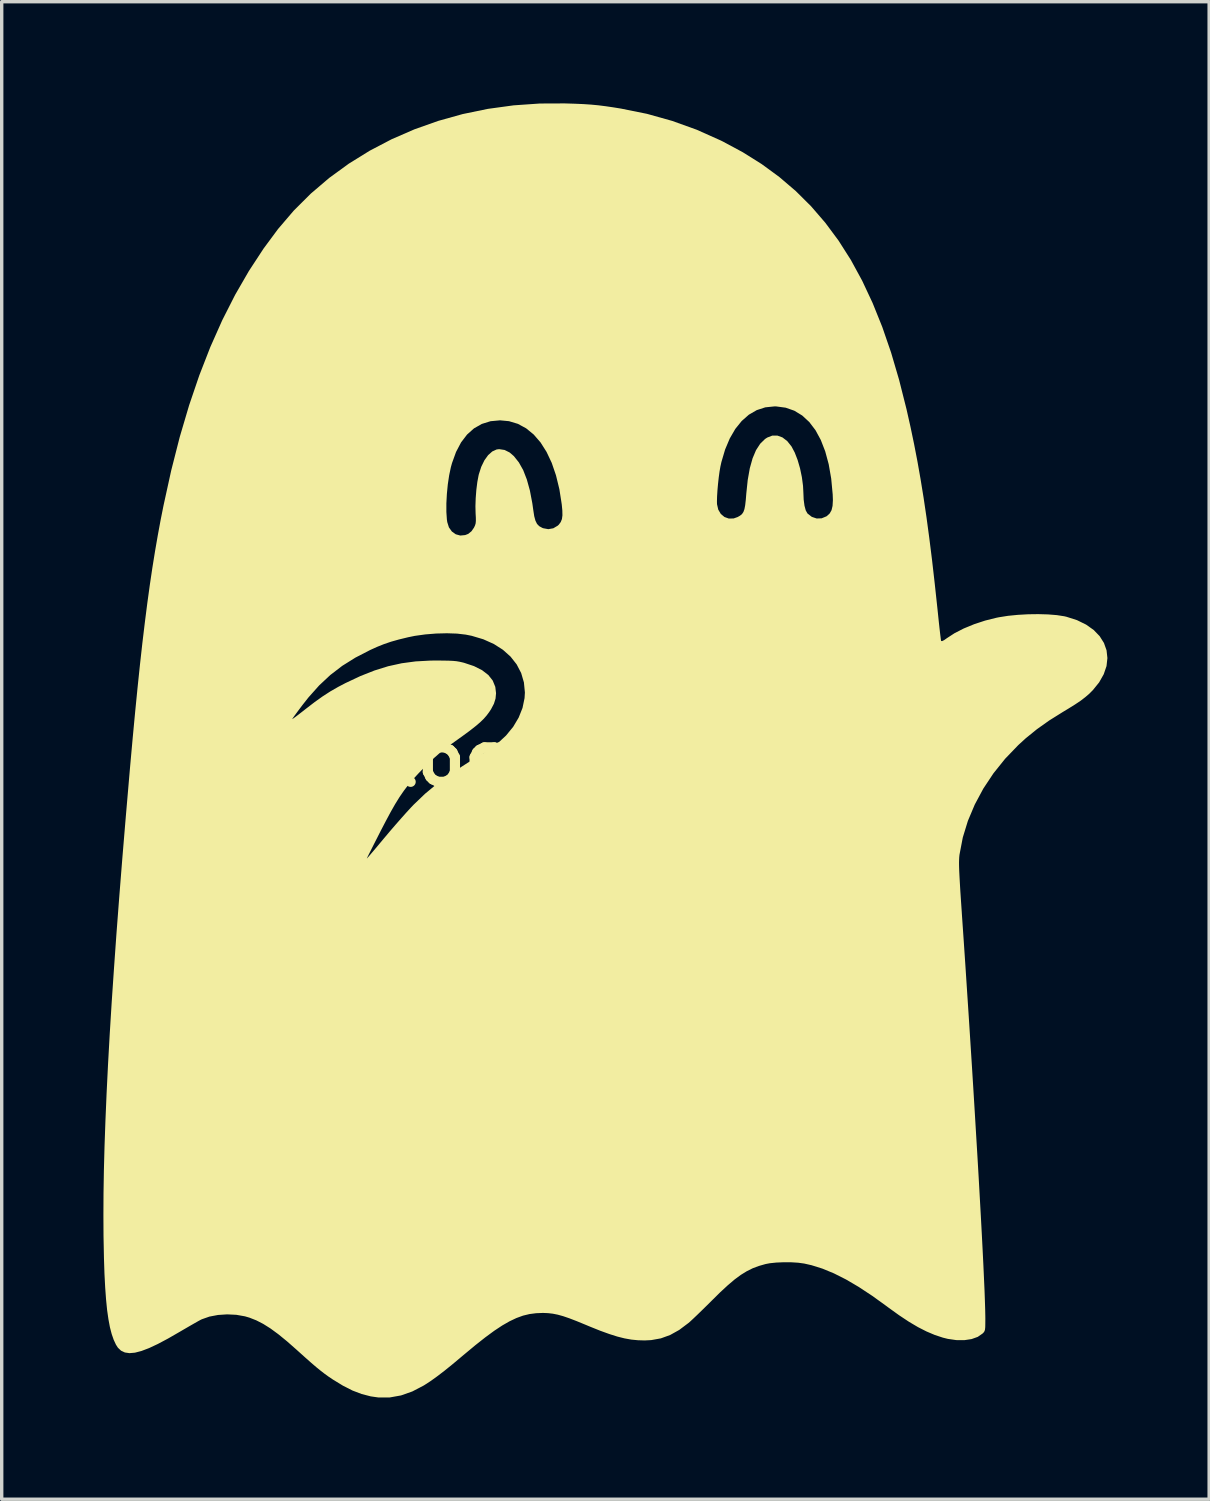
<source format=kicad_pcb>
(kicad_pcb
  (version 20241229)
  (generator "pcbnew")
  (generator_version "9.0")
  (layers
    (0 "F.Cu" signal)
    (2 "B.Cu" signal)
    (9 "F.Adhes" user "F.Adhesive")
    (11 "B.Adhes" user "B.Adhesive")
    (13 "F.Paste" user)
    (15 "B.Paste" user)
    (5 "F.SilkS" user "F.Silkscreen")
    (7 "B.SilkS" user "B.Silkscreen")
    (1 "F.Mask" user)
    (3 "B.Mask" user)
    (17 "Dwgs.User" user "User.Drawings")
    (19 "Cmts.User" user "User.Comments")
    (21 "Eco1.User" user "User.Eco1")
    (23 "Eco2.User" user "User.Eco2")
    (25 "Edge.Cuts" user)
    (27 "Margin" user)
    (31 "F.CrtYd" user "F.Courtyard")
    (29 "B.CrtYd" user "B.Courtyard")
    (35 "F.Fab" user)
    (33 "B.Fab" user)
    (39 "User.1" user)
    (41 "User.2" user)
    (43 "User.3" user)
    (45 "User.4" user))
  (footprint "logo 30mm"
    (layer "F.Cu")
    (at 15.012 19.319)
    (property "Reference" "logo 30mm" (at 0 0 0) (layer "F.SilkS") (effects (font (size 1.524 1.524) (thickness 0.3))))
    (attr board_only exclude_from_pos_files exclude_from_bom)
    (fp_poly (pts (xy -1.111 -19.31) (xy -0.858 -19.299) (xy -0.633 -19.284) (xy -0.421 -19.264) (xy -0.206 -19.237) (xy 0.027 -19.203) (xy 0.255 -19.166) (xy 1.022 -19.011) (xy 1.764 -18.803) (xy 2.486 -18.543) (xy 3.193 -18.227) (xy 3.256 -18.196) (xy 3.847 -17.878) (xy 4.402 -17.53) (xy 4.922 -17.149) (xy 5.407 -16.735) (xy 5.859 -16.286) (xy 6.28 -15.798) (xy 6.671 -15.271) (xy 7.033 -14.702) (xy 7.367 -14.089) (xy 7.675 -13.431) (xy 7.959 -12.726) (xy 8.219 -11.971) (xy 8.456 -11.164) (xy 8.673 -10.305) (xy 8.679 -10.278) (xy 8.792 -9.777) (xy 8.897 -9.274) (xy 8.996 -8.762) (xy 9.089 -8.235) (xy 9.178 -7.688) (xy 9.263 -7.114) (xy 9.345 -6.507) (xy 9.426 -5.861) (xy 9.505 -5.17) (xy 9.585 -4.428) (xy 9.605 -4.238) (xy 9.626 -4.036) (xy 9.646 -3.852) (xy 9.664 -3.694) (xy 9.679 -3.572) (xy 9.689 -3.493) (xy 9.694 -3.467) (xy 9.721 -3.459) (xy 9.784 -3.49) (xy 9.862 -3.545) (xy 10.089 -3.693) (xy 10.362 -3.833) (xy 10.668 -3.959) (xy 10.993 -4.066) (xy 11.325 -4.149) (xy 11.4 -4.164) (xy 11.666 -4.206) (xy 11.957 -4.235) (xy 12.26 -4.252) (xy 12.561 -4.256) (xy 12.848 -4.248) (xy 13.108 -4.227) (xy 13.328 -4.193) (xy 13.389 -4.179) (xy 13.702 -4.079) (xy 13.971 -3.947) (xy 14.194 -3.789) (xy 14.37 -3.607) (xy 14.497 -3.406) (xy 14.574 -3.189) (xy 14.599 -2.961) (xy 14.573 -2.724) (xy 14.491 -2.484) (xy 14.355 -2.243) (xy 14.173 -2.018) (xy 14.067 -1.911) (xy 13.95 -1.81) (xy 13.815 -1.706) (xy 13.65 -1.595) (xy 13.448 -1.469) (xy 13.287 -1.372) (xy 12.884 -1.12) (xy 12.524 -0.865) (xy 12.192 -0.596) (xy 11.97 -0.393) (xy 11.584 0.008) (xy 11.239 0.438) (xy 10.939 0.89) (xy 10.687 1.36) (xy 10.484 1.842) (xy 10.334 2.331) (xy 10.24 2.821) (xy 10.236 2.845) (xy 10.229 2.91) (xy 10.225 2.983) (xy 10.223 3.07) (xy 10.224 3.176) (xy 10.228 3.307) (xy 10.236 3.469) (xy 10.247 3.665) (xy 10.261 3.903) (xy 10.28 4.188) (xy 10.303 4.525) (xy 10.307 4.59) (xy 10.359 5.344) (xy 10.41 6.097) (xy 10.459 6.846) (xy 10.508 7.587) (xy 10.555 8.32) (xy 10.601 9.04) (xy 10.645 9.744) (xy 10.687 10.431) (xy 10.727 11.096) (xy 10.766 11.739) (xy 10.802 12.354) (xy 10.835 12.941) (xy 10.866 13.495) (xy 10.894 14.015) (xy 10.919 14.497) (xy 10.941 14.938) (xy 10.959 15.337) (xy 10.975 15.689) (xy 10.986 15.993) (xy 10.994 16.245) (xy 10.998 16.442) (xy 10.999 16.515) (xy 10.998 16.668) (xy 10.996 16.773) (xy 10.989 16.844) (xy 10.975 16.89) (xy 10.953 16.925) (xy 10.92 16.959) (xy 10.915 16.963) (xy 10.775 17.06) (xy 10.593 17.125) (xy 10.379 17.157) (xy 10.142 17.155) (xy 9.892 17.119) (xy 9.748 17.083) (xy 9.506 17.003) (xy 9.263 16.9) (xy 9.012 16.772) (xy 8.745 16.614) (xy 8.454 16.421) (xy 8.133 16.19) (xy 8.095 16.161) (xy 7.665 15.851) (xy 7.265 15.587) (xy 6.89 15.367) (xy 6.535 15.188) (xy 6.197 15.048) (xy 5.872 14.946) (xy 5.656 14.897) (xy 5.481 14.873) (xy 5.273 14.86) (xy 5.052 14.859) (xy 4.835 14.868) (xy 4.643 14.888) (xy 4.517 14.912) (xy 4.321 14.968) (xy 4.139 15.036) (xy 3.964 15.123) (xy 3.787 15.232) (xy 3.603 15.368) (xy 3.404 15.537) (xy 3.182 15.742) (xy 2.948 15.973) (xy 2.793 16.127) (xy 2.641 16.276) (xy 2.501 16.412) (xy 2.38 16.527) (xy 2.287 16.613) (xy 2.244 16.65) (xy 1.971 16.855) (xy 1.702 17.005) (xy 1.429 17.104) (xy 1.145 17.155) (xy 0.953 17.165) (xy 0.753 17.159) (xy 0.557 17.14) (xy 0.356 17.104) (xy 0.142 17.05) (xy -0.094 16.975) (xy -0.362 16.878) (xy -0.668 16.755) (xy -0.792 16.703) (xy -1.052 16.596) (xy -1.27 16.512) (xy -1.454 16.449) (xy -1.613 16.405) (xy -1.759 16.376) (xy -1.899 16.36) (xy -2.044 16.354) (xy -2.053 16.354) (xy -2.251 16.362) (xy -2.444 16.387) (xy -2.635 16.433) (xy -2.83 16.504) (xy -3.033 16.6) (xy -3.251 16.725) (xy -3.488 16.882) (xy -3.749 17.074) (xy -4.038 17.302) (xy -4.362 17.571) (xy -4.429 17.627) (xy -4.71 17.863) (xy -4.955 18.061) (xy -5.171 18.226) (xy -5.363 18.364) (xy -5.537 18.477) (xy -5.566 18.495) (xy -5.902 18.67) (xy -6.234 18.787) (xy -6.565 18.846) (xy -6.895 18.848) (xy -7.127 18.815) (xy -7.397 18.745) (xy -7.667 18.642) (xy -7.948 18.499) (xy -8.251 18.314) (xy -8.256 18.31) (xy -8.374 18.231) (xy -8.487 18.149) (xy -8.604 18.059) (xy -8.733 17.954) (xy -8.88 17.828) (xy -9.053 17.675) (xy -9.26 17.489) (xy -9.312 17.442) (xy -9.597 17.191) (xy -9.853 16.982) (xy -10.086 16.811) (xy -10.301 16.676) (xy -10.506 16.571) (xy -10.705 16.493) (xy -10.838 16.454) (xy -11.093 16.409) (xy -11.364 16.396) (xy -11.633 16.414) (xy -11.886 16.462) (xy -12.105 16.539) (xy -12.14 16.555) (xy -12.214 16.595) (xy -12.327 16.659) (xy -12.468 16.74) (xy -12.625 16.831) (xy -12.767 16.914) (xy -13.107 17.11) (xy -13.406 17.269) (xy -13.666 17.391) (xy -13.89 17.476) (xy -14.082 17.526) (xy -14.244 17.54) (xy -14.38 17.52) (xy -14.492 17.467) (xy -14.584 17.38) (xy -14.642 17.29) (xy -14.709 17.146) (xy -14.768 16.976) (xy -14.82 16.775) (xy -14.864 16.54) (xy -14.903 16.268) (xy -14.934 15.956) (xy -14.96 15.599) (xy -14.981 15.196) (xy -14.996 14.741) (xy -15.006 14.233) (xy -15.009 14.079) (xy -15.012 13.475) (xy -15.009 12.834) (xy -14.998 12.155) (xy -14.979 11.437) (xy -14.952 10.677) (xy -14.918 9.874) (xy -14.876 9.027) (xy -14.826 8.134) (xy -14.768 7.194) (xy -14.701 6.206) (xy -14.627 5.166) (xy -14.544 4.076) (xy -14.453 2.932) (xy -14.353 1.733) (xy -14.245 0.478) (xy -14.224 0.235) (xy -14.149 -0.595) (xy -14.096 -1.16) (xy -9.444 -1.16) (xy -9.423 -1.172) (xy -9.362 -1.215) (xy -9.271 -1.284) (xy -9.156 -1.373) (xy -9.041 -1.463) (xy -8.78 -1.664) (xy -8.544 -1.832) (xy -8.318 -1.978) (xy -8.088 -2.11) (xy -7.872 -2.223) (xy -7.432 -2.43) (xy -7.017 -2.594) (xy -6.615 -2.719) (xy -6.215 -2.807) (xy -5.804 -2.862) (xy -5.37 -2.886) (xy -5.191 -2.888) (xy -4.984 -2.886) (xy -4.823 -2.883) (xy -4.697 -2.877) (xy -4.594 -2.867) (xy -4.503 -2.851) (xy -4.411 -2.83) (xy -4.373 -2.82) (xy -4.082 -2.723) (xy -3.844 -2.603) (xy -3.66 -2.461) (xy -3.53 -2.297) (xy -3.454 -2.111) (xy -3.432 -1.923) (xy -3.447 -1.765) (xy -3.494 -1.614) (xy -3.579 -1.452) (xy -3.637 -1.364) (xy -3.711 -1.265) (xy -3.796 -1.168) (xy -3.9 -1.067) (xy -4.029 -0.957) (xy -4.189 -0.831) (xy -4.388 -0.684) (xy -4.562 -0.559) (xy -4.776 -0.406) (xy -4.954 -0.272) (xy -5.109 -0.146) (xy -5.255 -0.018) (xy -5.407 0.125) (xy -5.531 0.247) (xy -5.714 0.435) (xy -5.875 0.609) (xy -6.019 0.779) (xy -6.151 0.953) (xy -6.279 1.139) (xy -6.407 1.346) (xy -6.542 1.583) (xy -6.689 1.858) (xy -6.827 2.123) (xy -6.929 2.324) (xy -7.023 2.508) (xy -7.104 2.669) (xy -7.17 2.8) (xy -7.217 2.894) (xy -7.241 2.946) (xy -7.245 2.954) (xy -7.227 2.935) (xy -7.176 2.878) (xy -7.098 2.786) (xy -6.996 2.666) (xy -6.876 2.523) (xy -6.742 2.362) (xy -6.724 2.341) (xy -6.566 2.153) (xy -6.399 1.959) (xy -6.233 1.77) (xy -6.078 1.596) (xy -5.943 1.449) (xy -5.866 1.368) (xy -5.524 1.04) (xy -5.147 0.727) (xy -4.727 0.423) (xy -4.258 0.122) (xy -4.187 0.08) (xy -4.005 -0.031) (xy -3.825 -0.144) (xy -3.658 -0.253) (xy -3.517 -0.349) (xy -3.411 -0.425) (xy -3.389 -0.442) (xy -3.137 -0.676) (xy -2.927 -0.932) (xy -2.764 -1.206) (xy -2.651 -1.49) (xy -2.591 -1.779) (xy -2.581 -1.945) (xy -2.61 -2.242) (xy -2.691 -2.519) (xy -2.824 -2.774) (xy -3.004 -3.003) (xy -3.23 -3.205) (xy -3.498 -3.376) (xy -3.806 -3.514) (xy -4.151 -3.617) (xy -4.326 -3.652) (xy -4.584 -3.682) (xy -4.88 -3.692) (xy -5.198 -3.684) (xy -5.519 -3.658) (xy -5.828 -3.615) (xy -6.027 -3.574) (xy -6.298 -3.508) (xy -6.529 -3.443) (xy -6.737 -3.372) (xy -6.942 -3.29) (xy -7.145 -3.198) (xy -7.579 -2.974) (xy -7.968 -2.731) (xy -8.321 -2.46) (xy -8.649 -2.153) (xy -8.964 -1.8) (xy -9.139 -1.578) (xy -9.239 -1.445) (xy -9.325 -1.329) (xy -9.392 -1.238) (xy -9.433 -1.179) (xy -9.444 -1.16) (xy -14.096 -1.16) (xy -14.076 -1.37) (xy -14.004 -2.096) (xy -13.933 -2.775) (xy -13.862 -3.412) (xy -13.79 -4.011) (xy -13.718 -4.576) (xy -13.644 -5.113) (xy -13.568 -5.624) (xy -13.489 -6.114) (xy -13.407 -6.587) (xy -13.322 -7.047) (xy -13.277 -7.27) (xy -4.897 -7.27) (xy -4.882 -7.048) (xy -4.871 -6.971) (xy -4.822 -6.815) (xy -4.735 -6.693) (xy -4.62 -6.611) (xy -4.486 -6.574) (xy -4.342 -6.588) (xy -4.252 -6.623) (xy -4.156 -6.701) (xy -4.083 -6.807) (xy -4.052 -6.872) (xy -4.034 -6.932) (xy -4.027 -7.004) (xy -4.028 -7.104) (xy -4.035 -7.23) (xy -4.04 -7.439) (xy -4.032 -7.676) (xy -4.013 -7.921) (xy -3.984 -8.152) (xy -3.947 -8.349) (xy -3.94 -8.379) (xy -3.868 -8.602) (xy -3.775 -8.793) (xy -3.665 -8.946) (xy -3.543 -9.054) (xy -3.414 -9.113) (xy -3.34 -9.122) (xy -3.18 -9.098) (xy -3.032 -9.024) (xy -2.906 -8.916) (xy -2.759 -8.731) (xy -2.631 -8.503) (xy -2.524 -8.228) (xy -2.434 -7.903) (xy -2.362 -7.525) (xy -2.334 -7.327) (xy -2.306 -7.145) (xy -2.27 -7.012) (xy -2.223 -6.917) (xy -2.158 -6.85) (xy -2.069 -6.801) (xy -2.042 -6.79) (xy -1.891 -6.762) (xy -1.743 -6.788) (xy -1.612 -6.866) (xy -1.579 -6.897) (xy -1.524 -6.972) (xy -1.489 -7.059) (xy -1.474 -7.17) (xy -1.477 -7.317) (xy -1.494 -7.491) (xy -1.508 -7.583) (xy 3.083 -7.583) (xy 3.085 -7.499) (xy 3.122 -7.338) (xy 3.198 -7.21) (xy 3.305 -7.121) (xy 3.433 -7.075) (xy 3.575 -7.078) (xy 3.694 -7.12) (xy 3.767 -7.162) (xy 3.823 -7.209) (xy 3.864 -7.27) (xy 3.894 -7.353) (xy 3.916 -7.469) (xy 3.934 -7.627) (xy 3.949 -7.813) (xy 3.991 -8.213) (xy 4.052 -8.558) (xy 4.134 -8.851) (xy 4.235 -9.091) (xy 4.358 -9.281) (xy 4.501 -9.421) (xy 4.567 -9.464) (xy 4.716 -9.522) (xy 4.867 -9.522) (xy 5.015 -9.468) (xy 5.155 -9.361) (xy 5.282 -9.202) (xy 5.283 -9.2) (xy 5.377 -9.023) (xy 5.462 -8.804) (xy 5.534 -8.556) (xy 5.588 -8.296) (xy 5.622 -8.04) (xy 5.632 -7.846) (xy 5.641 -7.634) (xy 5.665 -7.454) (xy 5.702 -7.316) (xy 5.752 -7.227) (xy 5.754 -7.224) (xy 5.881 -7.125) (xy 6.024 -7.077) (xy 6.171 -7.082) (xy 6.312 -7.14) (xy 6.329 -7.152) (xy 6.409 -7.226) (xy 6.463 -7.322) (xy 6.493 -7.449) (xy 6.503 -7.616) (xy 6.497 -7.787) (xy 6.453 -8.254) (xy 6.379 -8.678) (xy 6.276 -9.058) (xy 6.146 -9.393) (xy 5.989 -9.682) (xy 5.806 -9.922) (xy 5.598 -10.114) (xy 5.365 -10.256) (xy 5.11 -10.345) (xy 4.832 -10.382) (xy 4.78 -10.383) (xy 4.509 -10.355) (xy 4.257 -10.273) (xy 4.024 -10.138) (xy 3.813 -9.952) (xy 3.624 -9.718) (xy 3.461 -9.437) (xy 3.324 -9.112) (xy 3.215 -8.743) (xy 3.185 -8.608) (xy 3.16 -8.464) (xy 3.136 -8.288) (xy 3.115 -8.097) (xy 3.098 -7.906) (xy 3.087 -7.729) (xy 3.083 -7.583) (xy -1.508 -7.583) (xy -1.564 -7.94) (xy -1.664 -8.35) (xy -1.79 -8.718) (xy -1.943 -9.042) (xy -2.12 -9.321) (xy -2.321 -9.553) (xy -2.544 -9.736) (xy -2.787 -9.868) (xy -3.05 -9.947) (xy -3.314 -9.972) (xy -3.595 -9.946) (xy -3.851 -9.866) (xy -4.082 -9.735) (xy -4.287 -9.552) (xy -4.464 -9.32) (xy -4.612 -9.039) (xy -4.731 -8.71) (xy -4.765 -8.587) (xy -4.815 -8.349) (xy -4.855 -8.082) (xy -4.882 -7.803) (xy -4.897 -7.527) (xy -4.897 -7.27) (xy -13.277 -7.27) (xy -13.24 -7.457) (xy -13.012 -8.495) (xy -12.761 -9.48) (xy -12.485 -10.414) (xy -12.184 -11.299) (xy -11.858 -12.136) (xy -11.506 -12.927) (xy -11.127 -13.674) (xy -10.721 -14.377) (xy -10.287 -15.04) (xy -9.86 -15.617) (xy -9.399 -16.156) (xy -8.896 -16.658) (xy -8.353 -17.121) (xy -7.773 -17.543) (xy -7.158 -17.924) (xy -6.512 -18.262) (xy -5.838 -18.555) (xy -5.138 -18.803) (xy -4.415 -19.005) (xy -3.673 -19.158) (xy -2.913 -19.262) (xy -2.14 -19.316) (xy -1.408 -19.319)) (stroke (width 0) (type solid)) (fill yes) (layer "F.SilkS")))
  (gr_rect
    (start -3 -3)
    (end 32.612 41.168)
    (stroke (width 0.1) (type default))
    (fill no)
    (layer "Edge.Cuts")))
</source>
